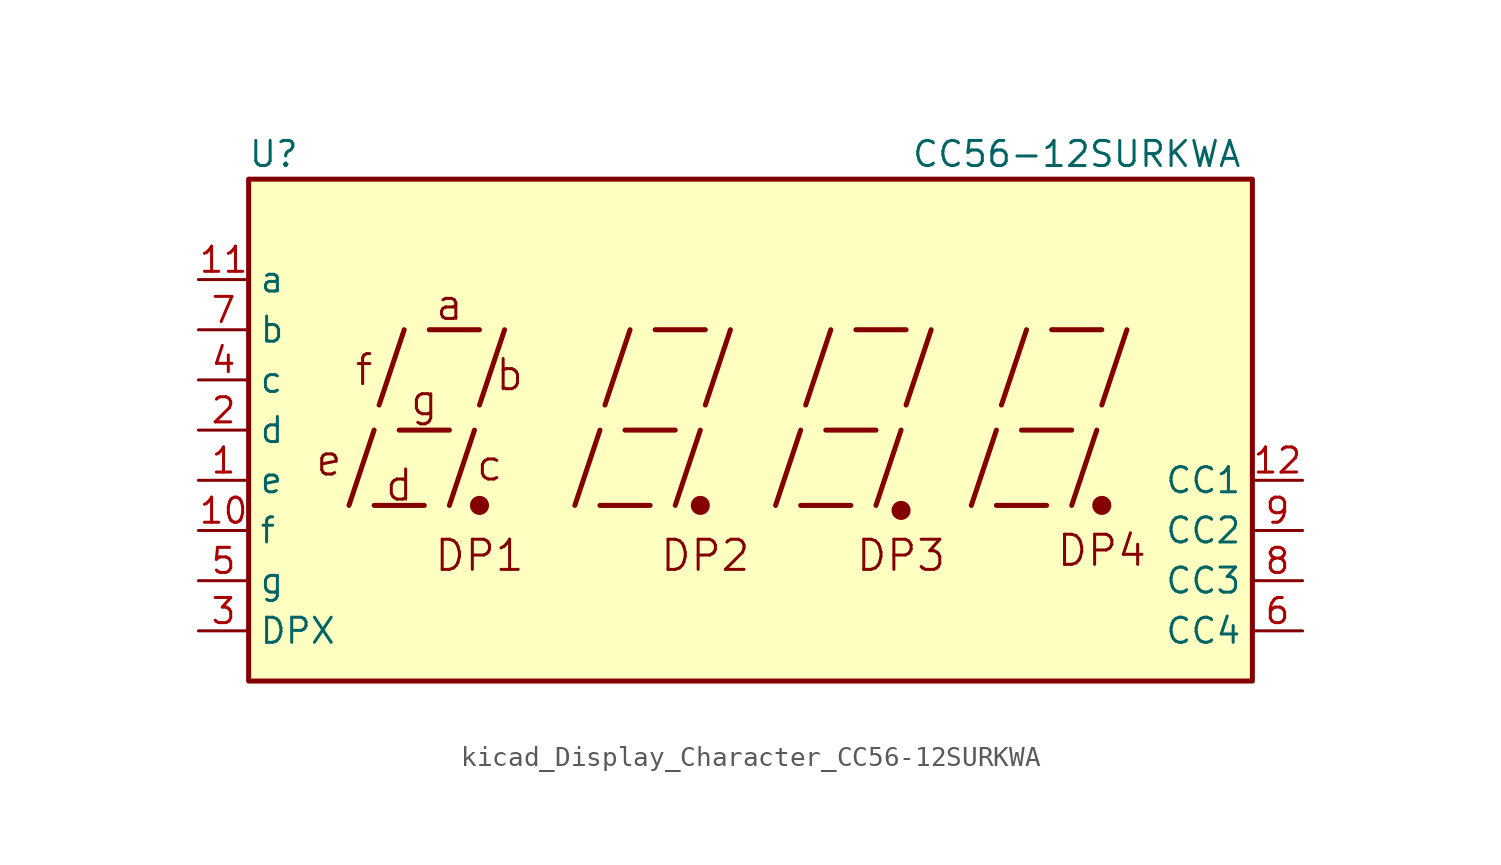
<source format=kicad_sym>
(kicad_symbol_lib
  (version 20220914)
  (generator kicad_symbol_editor)
  (symbol "kicad_Display_Character_CC56-12SURKWA"
    (property "Reference" "U"
      (at -24.13 13.97 0)
      (effects (font (size 1.27 1.27))))
    (property "Value" "CC56-12SURKWA"
      (at 16.51 13.97 0)
      (effects (font (size 1.27 1.27))))
    (symbol "kicad_Display_Character_CC56-12SURKWA_0_0"
      (rectangle (start -25.4 12.7) (end 25.4 -12.7) (stroke (width 0.254) (type default)) (fill (type background)))
      (polyline (pts (xy -20.32 -3.81) (xy -19.05 0)) (stroke (width 0.254) (type default)) (fill (type none)))
      (polyline (pts (xy -19.05 -3.81) (xy -16.51 -3.81)) (stroke (width 0.254) (type default)) (fill (type none)))
      (polyline (pts (xy -18.796 1.27) (xy -17.526 5.08)) (stroke (width 0.254) (type default)) (fill (type none)))
      (polyline (pts (xy -17.78 0) (xy -15.24 0)) (stroke (width 0.254) (type default)) (fill (type none)))
      (polyline (pts (xy -16.256 5.08) (xy -13.716 5.08)) (stroke (width 0.254) (type default)) (fill (type none)))
      (polyline (pts (xy -15.24 -3.81) (xy -13.97 0)) (stroke (width 0.254) (type default)) (fill (type none)))
      (polyline (pts (xy -13.716 1.27) (xy -12.446 5.08)) (stroke (width 0.254) (type default)) (fill (type none)))
      (polyline (pts (xy -8.89 -3.81) (xy -7.62 0)) (stroke (width 0.254) (type default)) (fill (type none)))
      (polyline (pts (xy -7.62 -3.81) (xy -5.08 -3.81)) (stroke (width 0.254) (type default)) (fill (type none)))
      (polyline (pts (xy -7.366 1.27) (xy -6.096 5.08)) (stroke (width 0.254) (type default)) (fill (type none)))
      (polyline (pts (xy -6.35 0) (xy -3.81 0)) (stroke (width 0.254) (type default)) (fill (type none)))
      (polyline (pts (xy -4.826 5.08) (xy -2.286 5.08)) (stroke (width 0.254) (type default)) (fill (type none)))
      (polyline (pts (xy -3.81 -3.81) (xy -2.54 0)) (stroke (width 0.254) (type default)) (fill (type none)))
      (polyline (pts (xy -2.286 1.27) (xy -1.016 5.08)) (stroke (width 0.254) (type default)) (fill (type none)))
      (polyline (pts (xy 1.27 -3.81) (xy 2.54 0)) (stroke (width 0.254) (type default)) (fill (type none)))
      (polyline (pts (xy 2.54 -3.81) (xy 5.08 -3.81)) (stroke (width 0.254) (type default)) (fill (type none)))
      (polyline (pts (xy 2.794 1.27) (xy 4.064 5.08)) (stroke (width 0.254) (type default)) (fill (type none)))
      (polyline (pts (xy 3.81 0) (xy 6.35 0)) (stroke (width 0.254) (type default)) (fill (type none)))
      (polyline (pts (xy 5.334 5.08) (xy 7.874 5.08)) (stroke (width 0.254) (type default)) (fill (type none)))
      (polyline (pts (xy 6.35 -3.81) (xy 7.62 0)) (stroke (width 0.254) (type default)) (fill (type none)))
      (polyline (pts (xy 7.874 1.27) (xy 9.144 5.08)) (stroke (width 0.254) (type default)) (fill (type none)))
      (polyline (pts (xy 11.176 -3.81) (xy 12.446 0)) (stroke (width 0.254) (type default)) (fill (type none)))
      (polyline (pts (xy 12.446 -3.81) (xy 14.986 -3.81)) (stroke (width 0.254) (type default)) (fill (type none)))
      (polyline (pts (xy 12.7 1.27) (xy 13.97 5.08)) (stroke (width 0.254) (type default)) (fill (type none)))
      (polyline (pts (xy 13.716 0) (xy 16.256 0)) (stroke (width 0.254) (type default)) (fill (type none)))
      (polyline (pts (xy 15.24 5.08) (xy 17.78 5.08)) (stroke (width 0.254) (type default)) (fill (type none)))
      (polyline (pts (xy 16.256 -3.81) (xy 17.526 0)) (stroke (width 0.254) (type default)) (fill (type none)))
      (polyline (pts (xy 17.78 1.27) (xy 19.05 5.08)) (stroke (width 0.254) (type default)) (fill (type none)))
      (text "a" (at -15.24 6.35 0) (effects (font (size 1.524 1.524))))
      (text "b" (at -12.192 2.794 0) (effects (font (size 1.524 1.524))))
      (text "c" (at -13.208 -1.778 0) (effects (font (size 1.524 1.524))))
      (text "d" (at -17.78 -2.794 0) (effects (font (size 1.524 1.524))))
      (text "DP1" (at -13.716 -6.35 0) (effects (font (size 1.524 1.524))))
      (text "DP2" (at -2.286 -6.35 0) (effects (font (size 1.524 1.524))))
      (text "DP3" (at 7.62 -6.35 0) (effects (font (size 1.524 1.524))))
      (text "DP4" (at 17.78 -6.096 0) (effects (font (size 1.524 1.524))))
      (text "e" (at -21.336 -1.524 0) (effects (font (size 1.524 1.524))))
      (text "f" (at -19.558 3.048 0) (effects (font (size 1.524 1.524))))
      (text "g" (at -16.51 1.524 0) (effects (font (size 1.524 1.524)))))
    (symbol "kicad_Display_Character_CC56-12SURKWA_0_1"
      (circle (center -13.716 -3.81) (radius 0.356) (stroke (width 0.254) (type default)) (fill (type outline)))
      (circle (center -2.54 -3.81) (radius 0.356) (stroke (width 0.254) (type default)) (fill (type outline))))
    (symbol "kicad_Display_Character_CC56-12SURKWA_1_0"
      (circle (center 7.62 -4.064) (radius 0.356) (stroke (width 0.254) (type default)) (fill (type outline)))
      (circle (center 17.78 -3.81) (radius 0.356) (stroke (width 0.254) (type default)) (fill (type outline))))
    (symbol "kicad_Display_Character_CC56-12SURKWA_1_1"
      (pin input line (at -27.94 -2.54 0) (length 2.54) (name "e" (effects (font (size 1.27 1.27)))) (number "1" (effects (font (size 1.27 1.27)))))
      (pin input line (at -27.94 -5.08 0) (length 2.54) (name "f" (effects (font (size 1.27 1.27)))) (number "10" (effects (font (size 1.27 1.27)))))
      (pin input line (at -27.94 7.62 0) (length 2.54) (name "a" (effects (font (size 1.27 1.27)))) (number "11" (effects (font (size 1.27 1.27)))))
      (pin input line (at 27.94 -2.54 180) (length 2.54) (name "CC1" (effects (font (size 1.27 1.27)))) (number "12" (effects (font (size 1.27 1.27)))))
      (pin input line (at -27.94 0 0) (length 2.54) (name "d" (effects (font (size 1.27 1.27)))) (number "2" (effects (font (size 1.27 1.27)))))
      (pin input line (at -27.94 -10.16 0) (length 2.54) (name "DPX" (effects (font (size 1.27 1.27)))) (number "3" (effects (font (size 1.27 1.27)))))
      (pin input line (at -27.94 2.54 0) (length 2.54) (name "c" (effects (font (size 1.27 1.27)))) (number "4" (effects (font (size 1.27 1.27)))))
      (pin input line (at -27.94 -7.62 0) (length 2.54) (name "g" (effects (font (size 1.27 1.27)))) (number "5" (effects (font (size 1.27 1.27)))))
      (pin input line (at 27.94 -10.16 180) (length 2.54) (name "CC4" (effects (font (size 1.27 1.27)))) (number "6" (effects (font (size 1.27 1.27)))))
      (pin input line (at -27.94 5.08 0) (length 2.54) (name "b" (effects (font (size 1.27 1.27)))) (number "7" (effects (font (size 1.27 1.27)))))
      (pin input line (at 27.94 -7.62 180) (length 2.54) (name "CC3" (effects (font (size 1.27 1.27)))) (number "8" (effects (font (size 1.27 1.27)))))
      (pin input line (at 27.94 -5.08 180) (length 2.54) (name "CC2" (effects (font (size 1.27 1.27)))) (number "9" (effects (font (size 1.27 1.27))))))))
</source>
